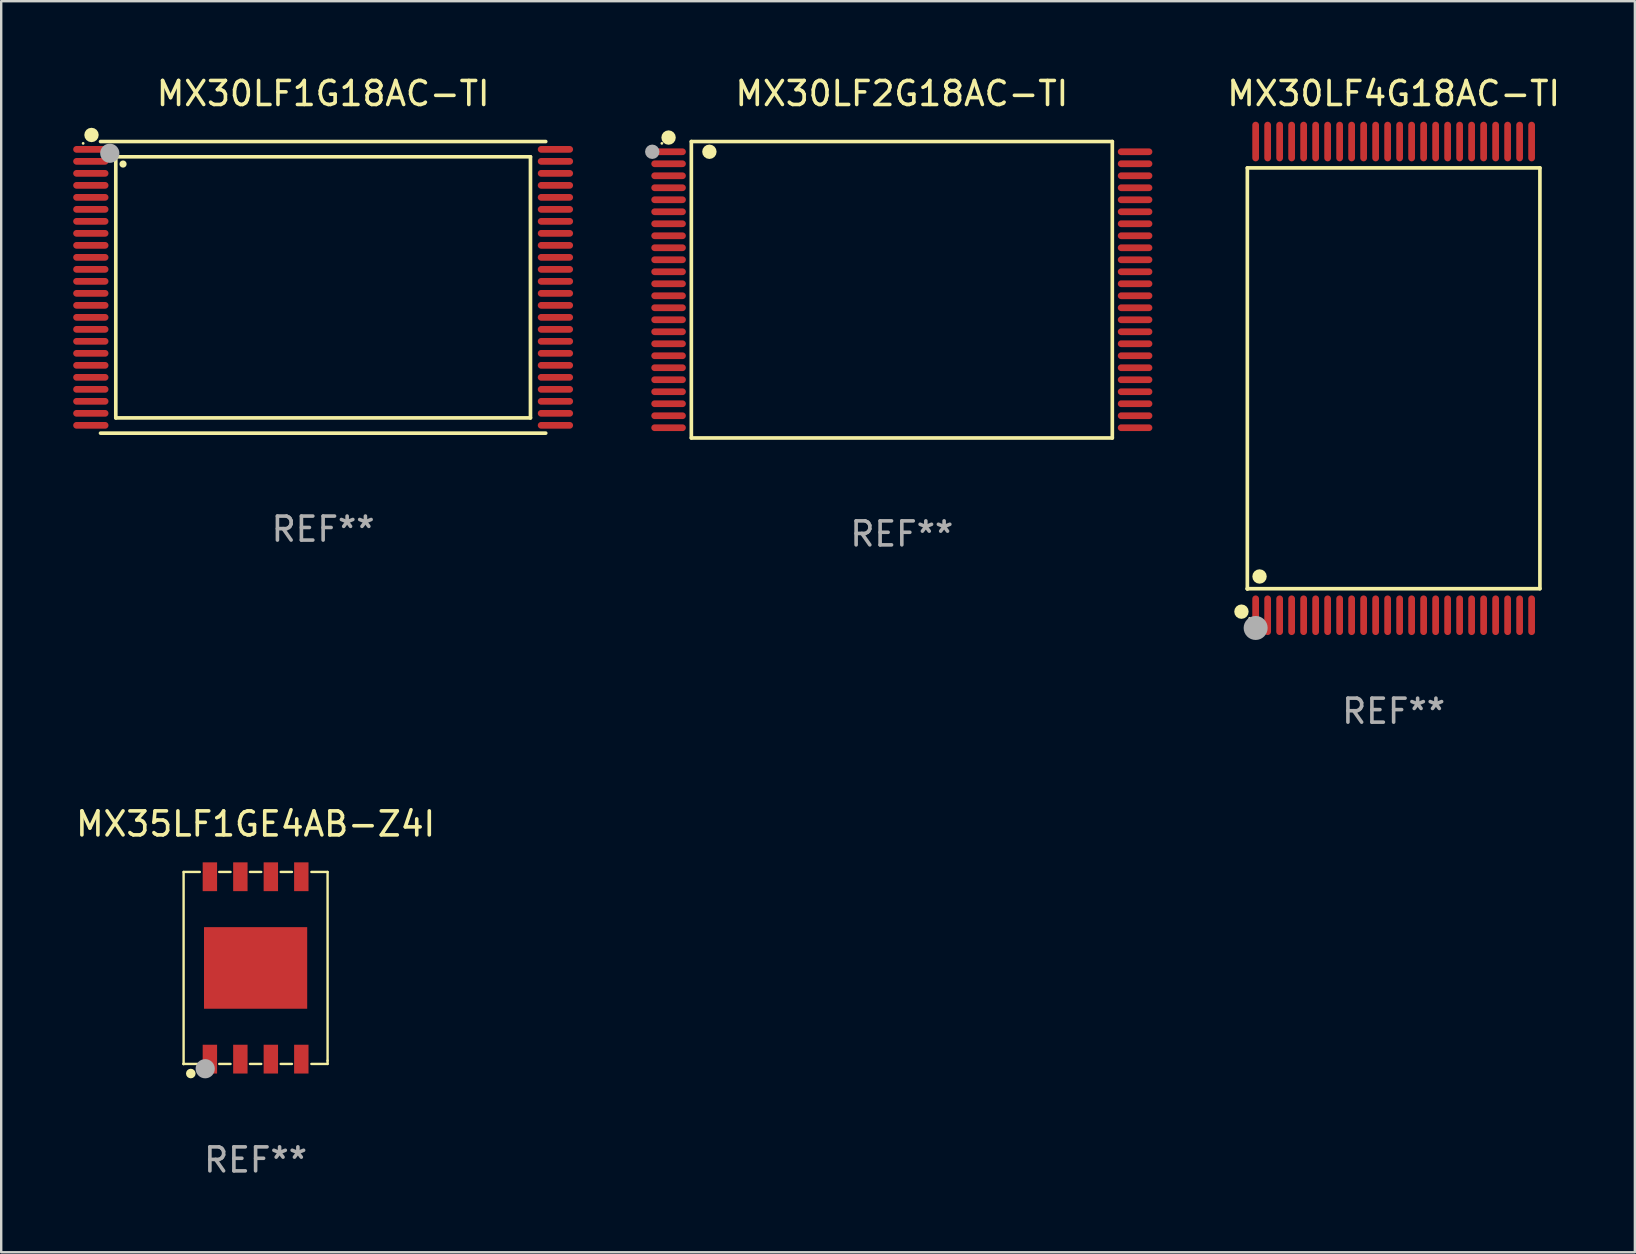
<source format=kicad_pcb>
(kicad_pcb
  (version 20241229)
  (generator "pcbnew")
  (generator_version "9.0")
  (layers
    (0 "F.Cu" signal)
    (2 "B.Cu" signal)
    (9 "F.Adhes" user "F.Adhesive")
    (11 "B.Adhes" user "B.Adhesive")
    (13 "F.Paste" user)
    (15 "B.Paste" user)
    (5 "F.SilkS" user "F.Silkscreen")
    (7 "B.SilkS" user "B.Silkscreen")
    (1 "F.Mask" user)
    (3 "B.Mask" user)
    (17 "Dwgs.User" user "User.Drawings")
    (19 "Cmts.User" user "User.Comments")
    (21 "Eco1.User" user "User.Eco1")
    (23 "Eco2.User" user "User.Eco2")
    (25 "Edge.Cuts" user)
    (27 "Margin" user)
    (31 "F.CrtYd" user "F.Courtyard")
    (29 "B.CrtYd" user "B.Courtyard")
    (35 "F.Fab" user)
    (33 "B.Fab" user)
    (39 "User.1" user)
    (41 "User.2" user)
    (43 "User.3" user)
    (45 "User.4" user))
  (footprint "MX30LF1G18AC-TI"
    (layer "F.Cu")
    (at 10.415 8.924)
    (property "Reference" "MX30LF1G18AC-TI" (at 0 -8.076 0) (layer "F.SilkS") (effects (font (size 1 1) (thickness 0.15))))
    (attr through_hole)
    (fp_line (start -9.276 -6.076) (end 9.276 -6.076) (stroke (width 0.152) (type solid)) (layer "F.SilkS"))
    (fp_line (start -9.276 6.076) (end 9.276 6.076) (stroke (width 0.152) (type solid)) (layer "F.SilkS"))
    (fp_line (start -8.64 -5.44) (end 8.64 -5.44) (stroke (width 0.152) (type solid)) (layer "F.SilkS"))
    (fp_line (start -8.64 5.44) (end -8.64 -5.44) (stroke (width 0.152) (type solid)) (layer "F.SilkS"))
    (fp_line (start 8.64 -5.44) (end 8.64 5.44) (stroke (width 0.152) (type solid)) (layer "F.SilkS"))
    (fp_line (start 8.64 5.44) (end -8.64 5.44) (stroke (width 0.152) (type solid)) (layer "F.SilkS"))
    (fp_circle (center -10 -6) (end -9.97 -6) (stroke (width 0.06) (type solid)) (fill no) (layer "F.SilkS"))
    (fp_circle (center -9.652 -6.35) (end -9.502 -6.35) (stroke (width 0.3) (type solid)) (fill no) (layer "F.SilkS"))
    (fp_circle (center -8.338 -5.138) (end -8.263 -5.138) (stroke (width 0.15) (type solid)) (fill no) (layer "F.SilkS"))
    (fp_circle (center -8.89 -5.588) (end -8.69 -5.588) (stroke (width 0.4) (type solid)) (fill no) (layer "F.Fab"))
    (fp_text user "REF**" (at 0 10.076 0) (layer "F.Fab") (effects (font (size 1 1) (thickness 0.15))))
    (pad "1" smd oval (at -9.68 -5.75) (size 1.47 0.28) (layers "F.Cu" "F.Mask" "F.Paste"))
    (pad "2" smd oval (at -9.68 -5.25) (size 1.47 0.28) (layers "F.Cu" "F.Mask" "F.Paste"))
    (pad "3" smd oval (at -9.68 -4.75) (size 1.47 0.28) (layers "F.Cu" "F.Mask" "F.Paste"))
    (pad "4" smd oval (at -9.68 -4.25) (size 1.47 0.28) (layers "F.Cu" "F.Mask" "F.Paste"))
    (pad "5" smd oval (at -9.68 -3.75) (size 1.47 0.28) (layers "F.Cu" "F.Mask" "F.Paste"))
    (pad "6" smd oval (at -9.68 -3.25) (size 1.47 0.28) (layers "F.Cu" "F.Mask" "F.Paste"))
    (pad "7" smd oval (at -9.68 -2.75) (size 1.47 0.28) (layers "F.Cu" "F.Mask" "F.Paste"))
    (pad "8" smd oval (at -9.68 -2.25) (size 1.47 0.28) (layers "F.Cu" "F.Mask" "F.Paste"))
    (pad "9" smd oval (at -9.68 -1.75) (size 1.47 0.28) (layers "F.Cu" "F.Mask" "F.Paste"))
    (pad "10" smd oval (at -9.68 -1.25) (size 1.47 0.28) (layers "F.Cu" "F.Mask" "F.Paste"))
    (pad "11" smd oval (at -9.68 -0.75) (size 1.47 0.28) (layers "F.Cu" "F.Mask" "F.Paste"))
    (pad "12" smd oval (at -9.68 -0.25) (size 1.47 0.28) (layers "F.Cu" "F.Mask" "F.Paste"))
    (pad "13" smd oval (at -9.68 0.25) (size 1.47 0.28) (layers "F.Cu" "F.Mask" "F.Paste"))
    (pad "14" smd oval (at -9.68 0.75) (size 1.47 0.28) (layers "F.Cu" "F.Mask" "F.Paste"))
    (pad "15" smd oval (at -9.68 1.25) (size 1.47 0.28) (layers "F.Cu" "F.Mask" "F.Paste"))
    (pad "16" smd oval (at -9.68 1.75) (size 1.47 0.28) (layers "F.Cu" "F.Mask" "F.Paste"))
    (pad "17" smd oval (at -9.68 2.25) (size 1.47 0.28) (layers "F.Cu" "F.Mask" "F.Paste"))
    (pad "18" smd oval (at -9.68 2.75) (size 1.47 0.28) (layers "F.Cu" "F.Mask" "F.Paste"))
    (pad "19" smd oval (at -9.68 3.25) (size 1.47 0.28) (layers "F.Cu" "F.Mask" "F.Paste"))
    (pad "20" smd oval (at -9.68 3.75) (size 1.47 0.28) (layers "F.Cu" "F.Mask" "F.Paste"))
    (pad "21" smd oval (at -9.68 4.25) (size 1.47 0.28) (layers "F.Cu" "F.Mask" "F.Paste"))
    (pad "22" smd oval (at -9.68 4.75) (size 1.47 0.28) (layers "F.Cu" "F.Mask" "F.Paste"))
    (pad "23" smd oval (at -9.68 5.25) (size 1.47 0.28) (layers "F.Cu" "F.Mask" "F.Paste"))
    (pad "24" smd oval (at -9.68 5.75) (size 1.47 0.28) (layers "F.Cu" "F.Mask" "F.Paste"))
    (pad "25" smd oval (at 9.68 5.75) (size 1.47 0.28) (layers "F.Cu" "F.Mask" "F.Paste"))
    (pad "26" smd oval (at 9.68 5.25) (size 1.47 0.28) (layers "F.Cu" "F.Mask" "F.Paste"))
    (pad "27" smd oval (at 9.68 4.75) (size 1.47 0.28) (layers "F.Cu" "F.Mask" "F.Paste"))
    (pad "28" smd oval (at 9.68 4.25) (size 1.47 0.28) (layers "F.Cu" "F.Mask" "F.Paste"))
    (pad "29" smd oval (at 9.68 3.75) (size 1.47 0.28) (layers "F.Cu" "F.Mask" "F.Paste"))
    (pad "30" smd oval (at 9.68 3.25) (size 1.47 0.28) (layers "F.Cu" "F.Mask" "F.Paste"))
    (pad "31" smd oval (at 9.68 2.75) (size 1.47 0.28) (layers "F.Cu" "F.Mask" "F.Paste"))
    (pad "32" smd oval (at 9.68 2.25) (size 1.47 0.28) (layers "F.Cu" "F.Mask" "F.Paste"))
    (pad "33" smd oval (at 9.68 1.75) (size 1.47 0.28) (layers "F.Cu" "F.Mask" "F.Paste"))
    (pad "34" smd oval (at 9.68 1.25) (size 1.47 0.28) (layers "F.Cu" "F.Mask" "F.Paste"))
    (pad "35" smd oval (at 9.68 0.75) (size 1.47 0.28) (layers "F.Cu" "F.Mask" "F.Paste"))
    (pad "36" smd oval (at 9.68 0.25) (size 1.47 0.28) (layers "F.Cu" "F.Mask" "F.Paste"))
    (pad "37" smd oval (at 9.68 -0.25) (size 1.47 0.28) (layers "F.Cu" "F.Mask" "F.Paste"))
    (pad "38" smd oval (at 9.68 -0.75) (size 1.47 0.28) (layers "F.Cu" "F.Mask" "F.Paste"))
    (pad "39" smd oval (at 9.68 -1.25) (size 1.47 0.28) (layers "F.Cu" "F.Mask" "F.Paste"))
    (pad "40" smd oval (at 9.68 -1.75) (size 1.47 0.28) (layers "F.Cu" "F.Mask" "F.Paste"))
    (pad "41" smd oval (at 9.68 -2.25) (size 1.47 0.28) (layers "F.Cu" "F.Mask" "F.Paste"))
    (pad "42" smd oval (at 9.68 -2.75) (size 1.47 0.28) (layers "F.Cu" "F.Mask" "F.Paste"))
    (pad "43" smd oval (at 9.68 -3.25) (size 1.47 0.28) (layers "F.Cu" "F.Mask" "F.Paste"))
    (pad "44" smd oval (at 9.68 -3.75) (size 1.47 0.28) (layers "F.Cu" "F.Mask" "F.Paste"))
    (pad "45" smd oval (at 9.68 -4.25) (size 1.47 0.28) (layers "F.Cu" "F.Mask" "F.Paste"))
    (pad "46" smd oval (at 9.68 -4.75) (size 1.47 0.28) (layers "F.Cu" "F.Mask" "F.Paste"))
    (pad "47" smd oval (at 9.68 -5.25) (size 1.47 0.28) (layers "F.Cu" "F.Mask" "F.Paste"))
    (pad "48" smd oval (at 9.68 -5.75) (size 1.47 0.28) (layers "F.Cu" "F.Mask" "F.Paste")))
  (footprint "MX35LF1GE4AB-Z4I"
    (layer "F.Cu")
    (at 7.601 37.285)
    (property "Reference" "MX35LF1GE4AB-Z4I" (at 0 -6 0) (layer "F.SilkS") (effects (font (size 1 1) (thickness 0.15))))
    (attr through_hole)
    (fp_line (start -3 -4) (end -3 4) (stroke (width 0.1) (type solid)) (layer "F.SilkS"))
    (fp_line (start -3 -4) (end -2.324 -4) (stroke (width 0.1) (type solid)) (layer "F.SilkS"))
    (fp_line (start -3 4) (end -2.324 4) (stroke (width 0.1) (type solid)) (layer "F.SilkS"))
    (fp_line (start -1.516 -4) (end -1.044 -4) (stroke (width 0.1) (type solid)) (layer "F.SilkS"))
    (fp_line (start -1.516 4) (end -1.044 4) (stroke (width 0.1) (type solid)) (layer "F.SilkS"))
    (fp_line (start -0.236 -4) (end 0.236 -4) (stroke (width 0.1) (type solid)) (layer "F.SilkS"))
    (fp_line (start -0.236 4) (end 0.236 4) (stroke (width 0.1) (type solid)) (layer "F.SilkS"))
    (fp_line (start 1.044 -4) (end 1.516 -4) (stroke (width 0.1) (type solid)) (layer "F.SilkS"))
    (fp_line (start 1.044 4) (end 1.516 4) (stroke (width 0.1) (type solid)) (layer "F.SilkS"))
    (fp_line (start 2.324 -4) (end 3 -4) (stroke (width 0.1) (type solid)) (layer "F.SilkS"))
    (fp_line (start 2.324 4) (end 3 4) (stroke (width 0.1) (type solid)) (layer "F.SilkS"))
    (fp_line (start 3 -4) (end 3 3.863) (stroke (width 0.1) (type solid)) (layer "F.SilkS"))
    (fp_line (start 3 3.863) (end 3 4) (stroke (width 0.1) (type solid)) (layer "F.SilkS"))
    (fp_circle (center -3 4) (end -2.97 4) (stroke (width 0.06) (type solid)) (fill no) (layer "F.SilkS"))
    (fp_circle (center -2.7 4.4) (end -2.6 4.4) (stroke (width 0.2) (type solid)) (fill no) (layer "F.SilkS"))
    (fp_circle (center -2.1 4.2) (end -1.9 4.2) (stroke (width 0.4) (type solid)) (fill no) (layer "F.Fab"))
    (fp_text user "REF**" (at 0 8 0) (layer "F.Fab") (effects (font (size 1 1) (thickness 0.15))))
    (pad "1" smd rect (at -1.905 3.8) (size 0.6 1.2) (layers "F.Cu" "F.Mask" "F.Paste"))
    (pad "2" smd rect (at -0.635 3.8) (size 0.6 1.2) (layers "F.Cu" "F.Mask" "F.Paste"))
    (pad "3" smd rect (at 0.635 3.8) (size 0.6 1.2) (layers "F.Cu" "F.Mask" "F.Paste"))
    (pad "4" smd rect (at 1.905 3.8) (size 0.6 1.2) (layers "F.Cu" "F.Mask" "F.Paste"))
    (pad "5" smd rect (at 1.905 -3.8) (size 0.6 1.2) (layers "F.Cu" "F.Mask" "F.Paste"))
    (pad "6" smd rect (at 0.635 -3.8) (size 0.6 1.2) (layers "F.Cu" "F.Mask" "F.Paste"))
    (pad "7" smd rect (at -0.635 -3.8) (size 0.6 1.2) (layers "F.Cu" "F.Mask" "F.Paste"))
    (pad "8" smd rect (at -1.905 -3.8) (size 0.6 1.2) (layers "F.Cu" "F.Mask" "F.Paste"))
    (pad "9" smd rect (at 0.000127 0.000025 90) (size 3.4 4.3) (layers "F.Cu" "F.Mask" "F.Paste")))
  (footprint "MX30LF4G18AC-TI"
    (layer "F.Cu")
    (at 55.024 12.718)
    (property "Reference" "MX30LF4G18AC-TI" (at 0 -11.87 0) (layer "F.SilkS") (effects (font (size 1 1) (thickness 0.15))))
    (attr through_hole)
    (fp_line (start -6.096 -8.771) (end 6.096 -8.771) (stroke (width 0.152) (type solid)) (layer "F.SilkS"))
    (fp_line (start -6.096 8.763) (end -6.096 8.771) (stroke (width 0.152) (type solid)) (layer "F.SilkS"))
    (fp_line (start -6.096 8.771) (end -6.096 -8.771) (stroke (width 0.152) (type solid)) (layer "F.SilkS"))
    (fp_line (start 6.096 -8.771) (end 6.096 8.763) (stroke (width 0.152) (type solid)) (layer "F.SilkS"))
    (fp_line (start 6.096 8.763) (end -6.096 8.763) (stroke (width 0.152) (type solid)) (layer "F.SilkS"))
    (fp_circle (center -6.342 9.72) (end -6.192 9.72) (stroke (width 0.3) (type solid)) (fill no) (layer "F.SilkS"))
    (fp_circle (center -6 10) (end -5.97 10) (stroke (width 0.06) (type solid)) (fill no) (layer "F.SilkS"))
    (fp_circle (center -5.588 8.255) (end -5.438 8.255) (stroke (width 0.3) (type solid)) (fill no) (layer "F.SilkS"))
    (fp_circle (center -5.75 10.4) (end -5.5 10.4) (stroke (width 0.5) (type solid)) (fill no) (layer "F.Fab"))
    (fp_text user "REF**" (at 0 13.87 0) (layer "F.Fab") (effects (font (size 1 1) (thickness 0.15))))
    (pad "1" smd oval (at -5.75 9.87) (size 0.28 1.65) (layers "F.Cu" "F.Mask" "F.Paste"))
    (pad "2" smd oval (at -5.25 9.87) (size 0.28 1.65) (layers "F.Cu" "F.Mask" "F.Paste"))
    (pad "3" smd oval (at -4.75 9.87) (size 0.28 1.65) (layers "F.Cu" "F.Mask" "F.Paste"))
    (pad "4" smd oval (at -4.25 9.87) (size 0.28 1.65) (layers "F.Cu" "F.Mask" "F.Paste"))
    (pad "5" smd oval (at -3.75 9.87) (size 0.28 1.65) (layers "F.Cu" "F.Mask" "F.Paste"))
    (pad "6" smd oval (at -3.25 9.87) (size 0.28 1.65) (layers "F.Cu" "F.Mask" "F.Paste"))
    (pad "7" smd oval (at -2.75 9.87) (size 0.28 1.65) (layers "F.Cu" "F.Mask" "F.Paste"))
    (pad "8" smd oval (at -2.25 9.87) (size 0.28 1.65) (layers "F.Cu" "F.Mask" "F.Paste"))
    (pad "9" smd oval (at -1.75 9.87) (size 0.28 1.65) (layers "F.Cu" "F.Mask" "F.Paste"))
    (pad "10" smd oval (at -1.25 9.87) (size 0.28 1.65) (layers "F.Cu" "F.Mask" "F.Paste"))
    (pad "11" smd oval (at -0.75 9.87) (size 0.28 1.65) (layers "F.Cu" "F.Mask" "F.Paste"))
    (pad "12" smd oval (at -0.25 9.87) (size 0.28 1.65) (layers "F.Cu" "F.Mask" "F.Paste"))
    (pad "13" smd oval (at 0.25 9.87) (size 0.28 1.65) (layers "F.Cu" "F.Mask" "F.Paste"))
    (pad "14" smd oval (at 0.75 9.87) (size 0.28 1.65) (layers "F.Cu" "F.Mask" "F.Paste"))
    (pad "15" smd oval (at 1.25 9.87) (size 0.28 1.65) (layers "F.Cu" "F.Mask" "F.Paste"))
    (pad "16" smd oval (at 1.75 9.87) (size 0.28 1.65) (layers "F.Cu" "F.Mask" "F.Paste"))
    (pad "17" smd oval (at 2.25 9.87) (size 0.28 1.65) (layers "F.Cu" "F.Mask" "F.Paste"))
    (pad "18" smd oval (at 2.75 9.87) (size 0.28 1.65) (layers "F.Cu" "F.Mask" "F.Paste"))
    (pad "19" smd oval (at 3.25 9.87) (size 0.28 1.65) (layers "F.Cu" "F.Mask" "F.Paste"))
    (pad "20" smd oval (at 3.75 9.87) (size 0.28 1.65) (layers "F.Cu" "F.Mask" "F.Paste"))
    (pad "21" smd oval (at 4.25 9.87) (size 0.28 1.65) (layers "F.Cu" "F.Mask" "F.Paste"))
    (pad "22" smd oval (at 4.75 9.87) (size 0.28 1.65) (layers "F.Cu" "F.Mask" "F.Paste"))
    (pad "23" smd oval (at 5.25 9.87) (size 0.28 1.65) (layers "F.Cu" "F.Mask" "F.Paste"))
    (pad "24" smd oval (at 5.75 9.87) (size 0.28 1.65) (layers "F.Cu" "F.Mask" "F.Paste"))
    (pad "25" smd oval (at 5.75 -9.87) (size 0.28 1.65) (layers "F.Cu" "F.Mask" "F.Paste"))
    (pad "26" smd oval (at 5.25 -9.87) (size 0.28 1.65) (layers "F.Cu" "F.Mask" "F.Paste"))
    (pad "27" smd oval (at 4.75 -9.87) (size 0.28 1.65) (layers "F.Cu" "F.Mask" "F.Paste"))
    (pad "28" smd oval (at 4.25 -9.87) (size 0.28 1.65) (layers "F.Cu" "F.Mask" "F.Paste"))
    (pad "29" smd oval (at 3.75 -9.87) (size 0.28 1.65) (layers "F.Cu" "F.Mask" "F.Paste"))
    (pad "30" smd oval (at 3.25 -9.87) (size 0.28 1.65) (layers "F.Cu" "F.Mask" "F.Paste"))
    (pad "31" smd oval (at 2.75 -9.87) (size 0.28 1.65) (layers "F.Cu" "F.Mask" "F.Paste"))
    (pad "32" smd oval (at 2.25 -9.87) (size 0.28 1.65) (layers "F.Cu" "F.Mask" "F.Paste"))
    (pad "33" smd oval (at 1.75 -9.87) (size 0.28 1.65) (layers "F.Cu" "F.Mask" "F.Paste"))
    (pad "34" smd oval (at 1.25 -9.87) (size 0.28 1.65) (layers "F.Cu" "F.Mask" "F.Paste"))
    (pad "35" smd oval (at 0.75 -9.87) (size 0.28 1.65) (layers "F.Cu" "F.Mask" "F.Paste"))
    (pad "36" smd oval (at 0.25 -9.87) (size 0.28 1.65) (layers "F.Cu" "F.Mask" "F.Paste"))
    (pad "37" smd oval (at -0.25 -9.87) (size 0.28 1.65) (layers "F.Cu" "F.Mask" "F.Paste"))
    (pad "38" smd oval (at -0.75 -9.87) (size 0.28 1.65) (layers "F.Cu" "F.Mask" "F.Paste"))
    (pad "39" smd oval (at -1.25 -9.87) (size 0.28 1.65) (layers "F.Cu" "F.Mask" "F.Paste"))
    (pad "40" smd oval (at -1.75 -9.87) (size 0.28 1.65) (layers "F.Cu" "F.Mask" "F.Paste"))
    (pad "41" smd oval (at -2.25 -9.87) (size 0.28 1.65) (layers "F.Cu" "F.Mask" "F.Paste"))
    (pad "42" smd oval (at -2.75 -9.87) (size 0.28 1.65) (layers "F.Cu" "F.Mask" "F.Paste"))
    (pad "43" smd oval (at -3.25 -9.87) (size 0.28 1.65) (layers "F.Cu" "F.Mask" "F.Paste"))
    (pad "44" smd oval (at -3.75 -9.87) (size 0.28 1.65) (layers "F.Cu" "F.Mask" "F.Paste"))
    (pad "45" smd oval (at -4.25 -9.87) (size 0.28 1.65) (layers "F.Cu" "F.Mask" "F.Paste"))
    (pad "46" smd oval (at -4.75 -9.87) (size 0.28 1.65) (layers "F.Cu" "F.Mask" "F.Paste"))
    (pad "47" smd oval (at -5.25 -9.87) (size 0.28 1.65) (layers "F.Cu" "F.Mask" "F.Paste"))
    (pad "48" smd oval (at -5.75 -9.87) (size 0.28 1.65) (layers "F.Cu" "F.Mask" "F.Paste")))
  (footprint "MX30LF2G18AC-TI"
    (layer "F.Cu")
    (at 34.53 9.024)
    (property "Reference" "MX30LF2G18AC-TI" (at 0 -8.176 0) (layer "F.SilkS") (effects (font (size 1 1) (thickness 0.15))))
    (attr through_hole)
    (fp_line (start -8.771 -6.176) (end 8.771 -6.176) (stroke (width 0.152) (type solid)) (layer "F.SilkS"))
    (fp_line (start -8.771 6.176) (end -8.771 -6.176) (stroke (width 0.152) (type solid)) (layer "F.SilkS"))
    (fp_line (start 8.771 -6.176) (end 8.771 6.176) (stroke (width 0.152) (type solid)) (layer "F.SilkS"))
    (fp_line (start 8.771 6.176) (end -8.771 6.176) (stroke (width 0.152) (type solid)) (layer "F.SilkS"))
    (fp_circle (center -10 -6.1) (end -9.97 -6.1) (stroke (width 0.06) (type solid)) (fill no) (layer "F.SilkS"))
    (fp_circle (center -9.72 -6.342) (end -9.57 -6.342) (stroke (width 0.3) (type solid)) (fill no) (layer "F.SilkS"))
    (fp_circle (center -8.019 -5.75) (end -7.869 -5.75) (stroke (width 0.3) (type solid)) (fill no) (layer "F.SilkS"))
    (fp_circle (center -10.4 -5.75) (end -10.25 -5.75) (stroke (width 0.3) (type solid)) (fill no) (layer "F.Fab"))
    (fp_text user "REF**" (at 0 10.176 0) (layer "F.Fab") (effects (font (size 1 1) (thickness 0.15))))
    (pad "1" smd oval (at -9.72 -5.75 270) (size 0.28 1.44) (layers "F.Cu" "F.Mask" "F.Paste"))
    (pad "2" smd oval (at -9.72 -5.25 270) (size 0.28 1.44) (layers "F.Cu" "F.Mask" "F.Paste"))
    (pad "3" smd oval (at -9.72 -4.75 270) (size 0.28 1.44) (layers "F.Cu" "F.Mask" "F.Paste"))
    (pad "4" smd oval (at -9.72 -4.25 270) (size 0.28 1.44) (layers "F.Cu" "F.Mask" "F.Paste"))
    (pad "5" smd oval (at -9.72 -3.75 270) (size 0.28 1.44) (layers "F.Cu" "F.Mask" "F.Paste"))
    (pad "6" smd oval (at -9.72 -3.25 270) (size 0.28 1.44) (layers "F.Cu" "F.Mask" "F.Paste"))
    (pad "7" smd oval (at -9.72 -2.75 270) (size 0.28 1.44) (layers "F.Cu" "F.Mask" "F.Paste"))
    (pad "8" smd oval (at -9.72 -2.25 270) (size 0.28 1.44) (layers "F.Cu" "F.Mask" "F.Paste"))
    (pad "9" smd oval (at -9.72 -1.75 270) (size 0.28 1.44) (layers "F.Cu" "F.Mask" "F.Paste"))
    (pad "10" smd oval (at -9.72 -1.25 270) (size 0.28 1.44) (layers "F.Cu" "F.Mask" "F.Paste"))
    (pad "11" smd oval (at -9.72 -0.75 270) (size 0.28 1.44) (layers "F.Cu" "F.Mask" "F.Paste"))
    (pad "12" smd oval (at -9.72 -0.25 270) (size 0.28 1.44) (layers "F.Cu" "F.Mask" "F.Paste"))
    (pad "13" smd oval (at -9.72 0.25 270) (size 0.28 1.44) (layers "F.Cu" "F.Mask" "F.Paste"))
    (pad "14" smd oval (at -9.72 0.75 270) (size 0.28 1.44) (layers "F.Cu" "F.Mask" "F.Paste"))
    (pad "15" smd oval (at -9.72 1.25 270) (size 0.28 1.44) (layers "F.Cu" "F.Mask" "F.Paste"))
    (pad "16" smd oval (at -9.72 1.75 270) (size 0.28 1.44) (layers "F.Cu" "F.Mask" "F.Paste"))
    (pad "17" smd oval (at -9.72 2.25 270) (size 0.28 1.44) (layers "F.Cu" "F.Mask" "F.Paste"))
    (pad "18" smd oval (at -9.72 2.75 270) (size 0.28 1.44) (layers "F.Cu" "F.Mask" "F.Paste"))
    (pad "19" smd oval (at -9.72 3.25 270) (size 0.28 1.44) (layers "F.Cu" "F.Mask" "F.Paste"))
    (pad "20" smd oval (at -9.72 3.75 270) (size 0.28 1.44) (layers "F.Cu" "F.Mask" "F.Paste"))
    (pad "21" smd oval (at -9.72 4.25 270) (size 0.28 1.44) (layers "F.Cu" "F.Mask" "F.Paste"))
    (pad "22" smd oval (at -9.72 4.75 270) (size 0.28 1.44) (layers "F.Cu" "F.Mask" "F.Paste"))
    (pad "23" smd oval (at -9.72 5.25 270) (size 0.28 1.44) (layers "F.Cu" "F.Mask" "F.Paste"))
    (pad "24" smd oval (at -9.72 5.75 270) (size 0.28 1.44) (layers "F.Cu" "F.Mask" "F.Paste"))
    (pad "25" smd oval (at 9.72 5.75 270) (size 0.28 1.44) (layers "F.Cu" "F.Mask" "F.Paste"))
    (pad "26" smd oval (at 9.72 5.25 270) (size 0.28 1.44) (layers "F.Cu" "F.Mask" "F.Paste"))
    (pad "27" smd oval (at 9.72 4.75 270) (size 0.28 1.44) (layers "F.Cu" "F.Mask" "F.Paste"))
    (pad "28" smd oval (at 9.72 4.25 270) (size 0.28 1.44) (layers "F.Cu" "F.Mask" "F.Paste"))
    (pad "29" smd oval (at 9.72 3.75 270) (size 0.28 1.44) (layers "F.Cu" "F.Mask" "F.Paste"))
    (pad "30" smd oval (at 9.72 3.25 270) (size 0.28 1.44) (layers "F.Cu" "F.Mask" "F.Paste"))
    (pad "31" smd oval (at 9.72 2.75 270) (size 0.28 1.44) (layers "F.Cu" "F.Mask" "F.Paste"))
    (pad "32" smd oval (at 9.72 2.25 270) (size 0.28 1.44) (layers "F.Cu" "F.Mask" "F.Paste"))
    (pad "33" smd oval (at 9.72 1.75 270) (size 0.28 1.44) (layers "F.Cu" "F.Mask" "F.Paste"))
    (pad "34" smd oval (at 9.72 1.25 270) (size 0.28 1.44) (layers "F.Cu" "F.Mask" "F.Paste"))
    (pad "35" smd oval (at 9.72 0.75 270) (size 0.28 1.44) (layers "F.Cu" "F.Mask" "F.Paste"))
    (pad "36" smd oval (at 9.72 0.25 270) (size 0.28 1.44) (layers "F.Cu" "F.Mask" "F.Paste"))
    (pad "37" smd oval (at 9.72 -0.25 270) (size 0.28 1.44) (layers "F.Cu" "F.Mask" "F.Paste"))
    (pad "38" smd oval (at 9.72 -0.75 270) (size 0.28 1.44) (layers "F.Cu" "F.Mask" "F.Paste"))
    (pad "39" smd oval (at 9.72 -1.25 270) (size 0.28 1.44) (layers "F.Cu" "F.Mask" "F.Paste"))
    (pad "40" smd oval (at 9.72 -1.75 270) (size 0.28 1.44) (layers "F.Cu" "F.Mask" "F.Paste"))
    (pad "41" smd oval (at 9.72 -2.25 270) (size 0.28 1.44) (layers "F.Cu" "F.Mask" "F.Paste"))
    (pad "42" smd oval (at 9.72 -2.75 270) (size 0.28 1.44) (layers "F.Cu" "F.Mask" "F.Paste"))
    (pad "43" smd oval (at 9.72 -3.25 270) (size 0.28 1.44) (layers "F.Cu" "F.Mask" "F.Paste"))
    (pad "44" smd oval (at 9.72 -3.75 270) (size 0.28 1.44) (layers "F.Cu" "F.Mask" "F.Paste"))
    (pad "45" smd oval (at 9.72 -4.25 270) (size 0.28 1.44) (layers "F.Cu" "F.Mask" "F.Paste"))
    (pad "46" smd oval (at 9.72 -4.75 270) (size 0.28 1.44) (layers "F.Cu" "F.Mask" "F.Paste"))
    (pad "47" smd oval (at 9.72 -5.25 270) (size 0.28 1.44) (layers "F.Cu" "F.Mask" "F.Paste"))
    (pad "48" smd oval (at 9.72 -5.75 270) (size 0.28 1.44) (layers "F.Cu" "F.Mask" "F.Paste")))
  (gr_rect
    (start -3 -3)
    (end 65.077 49.133)
    (stroke (width 0.1) (type default))
    (fill no)
    (layer "Edge.Cuts")))
</source>
